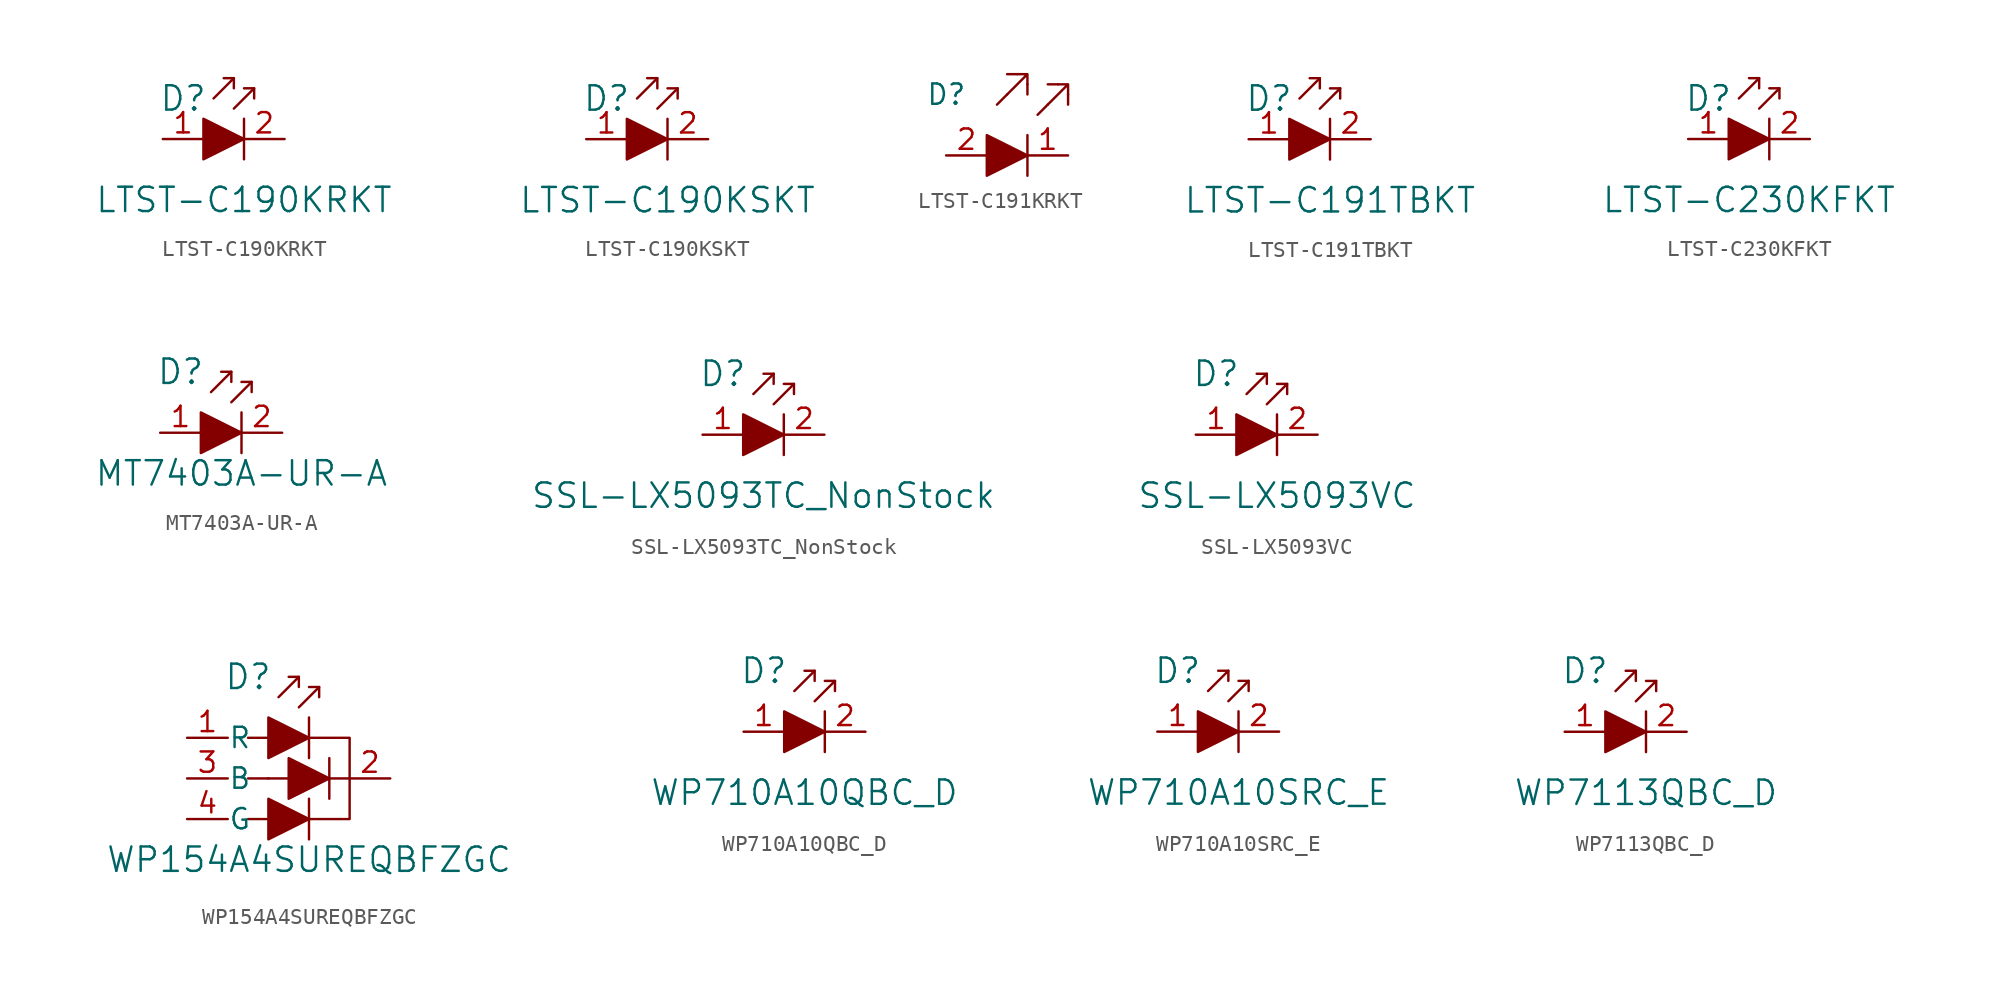
<source format=kicad_sym>
(kicad_symbol_lib
  (version 20231120)
  (generator "kicad_symbol_editor")
  (generator_version "8.0")
  (symbol "LTST-C190KRKT"
    (pin_names
      (offset 0))
    (property "Reference" "D"
      (at -3.81 2.54 0)
      (effects (font (size 1.524 1.524))))
    (property "Value" "LTST-C190KRKT"
      (at 0 -3.81 0)
      (effects (font (size 1.524 1.524))))
    (symbol "LTST-C190KRKT_0_1"
      (polyline (pts (xy -0.635 3.81) (xy -1.905 2.54)) (stroke (width 0) (type default)) (fill (type none)))
      (polyline (pts (xy 0 1.27) (xy 0 -1.27)) (stroke (width 0) (type default)) (fill (type none)))
      (polyline (pts (xy 0.635 3.175) (xy -0.635 1.905)) (stroke (width 0) (type default)) (fill (type none)))
      (polyline (pts (xy -1.27 3.81) (xy -0.635 3.81) (xy -0.635 3.175)) (stroke (width 0) (type default)) (fill (type none)))
      (polyline (pts (xy 0 3.175) (xy 0.635 3.175) (xy 0.635 2.54)) (stroke (width 0) (type default)) (fill (type none)))
      (polyline (pts (xy -2.54 1.27) (xy -2.54 -1.27) (xy 0 0) (xy -2.54 1.27)) (stroke (width 0) (type default)) (fill (type outline))))
    (symbol "LTST-C190KRKT_1_1"
      (pin passive line (at -5.08 0 0) (length 2.54) (name "~" (effects (font (size 1.27 1.27)))) (number "1" (effects (font (size 1.27 1.27)))))
      (pin passive line (at 2.54 0 180) (length 2.54) (name "~" (effects (font (size 1.27 1.27)))) (number "2" (effects (font (size 1.27 1.27)))))))
  (symbol "LTST-C190KSKT"
    (pin_names
      (offset 0))
    (property "Reference" "D"
      (at -3.81 2.54 0)
      (effects (font (size 1.524 1.524))))
    (property "Value" "LTST-C190KSKT"
      (at 0 -3.81 0)
      (effects (font (size 1.524 1.524))))
    (symbol "LTST-C190KSKT_0_1"
      (polyline (pts (xy -0.635 3.81) (xy -1.905 2.54)) (stroke (width 0) (type default)) (fill (type none)))
      (polyline (pts (xy 0 1.27) (xy 0 -1.27)) (stroke (width 0) (type default)) (fill (type none)))
      (polyline (pts (xy 0.635 3.175) (xy -0.635 1.905)) (stroke (width 0) (type default)) (fill (type none)))
      (polyline (pts (xy -1.27 3.81) (xy -0.635 3.81) (xy -0.635 3.175)) (stroke (width 0) (type default)) (fill (type none)))
      (polyline (pts (xy 0 3.175) (xy 0.635 3.175) (xy 0.635 2.54)) (stroke (width 0) (type default)) (fill (type none)))
      (polyline (pts (xy -2.54 1.27) (xy -2.54 -1.27) (xy 0 0) (xy -2.54 1.27)) (stroke (width 0) (type default)) (fill (type outline))))
    (symbol "LTST-C190KSKT_1_1"
      (pin passive line (at -5.08 0 0) (length 2.54) (name "~" (effects (font (size 1.27 1.27)))) (number "1" (effects (font (size 1.27 1.27)))))
      (pin passive line (at 2.54 0 180) (length 2.54) (name "~" (effects (font (size 1.27 1.27)))) (number "2" (effects (font (size 1.27 1.27)))))))
  (symbol "LTST-C191KRKT"
    (pin_names
      (offset 0))
    (property "Reference" "D"
      (at -6.35 3.81 0)
      (effects (font (size 1.27 1.27)) (justify left)))
    (symbol "LTST-C191KRKT_0_1"
      (polyline (pts (xy 0 1.27) (xy 0 -1.27)) (stroke (width 0) (type default)) (fill (type none)))
      (polyline (pts (xy -2.54 1.27) (xy -2.54 -1.27) (xy 0 0) (xy -2.54 1.27)) (stroke (width 0) (type default)) (fill (type outline))))
    (symbol "LTST-C191KRKT_1_1"
      (polyline (pts (xy -1.27 3.81) (xy -1.905 3.175)) (stroke (width 0) (type default)) (fill (type none)))
      (polyline (pts (xy -0.635 5.08) (xy -1.27 5.08)) (stroke (width 0) (type default)) (fill (type none)))
      (polyline (pts (xy 0 4.445) (xy 0 3.81)) (stroke (width 0) (type default)) (fill (type none)))
      (polyline (pts (xy 1.27 3.175) (xy 0.635 2.54)) (stroke (width 0) (type default)) (fill (type none)))
      (polyline (pts (xy 1.905 4.445) (xy 1.27 4.445)) (stroke (width 0) (type default)) (fill (type none)))
      (polyline (pts (xy 2.54 3.81) (xy 2.54 3.175)) (stroke (width 0) (type default)) (fill (type none)))
      (polyline (pts (xy 1.27 3.175) (xy 2.54 4.445) (xy 1.905 4.445) (xy 2.54 4.445) (xy 2.54 3.81)) (stroke (width 0) (type default)) (fill (type none)))
      (polyline (pts (xy 0 5.08) (xy 0 4.445) (xy 0 5.08) (xy -0.635 5.08) (xy 0 5.08) (xy -1.27 3.81)) (stroke (width 0) (type default)) (fill (type none)))
      (pin output line (at 2.54 0 180) (length 2.54) (name "~" (effects (font (size 1.27 1.27)))) (number "1" (effects (font (size 1.27 1.27)))))
      (pin input line (at -5.08 0 0) (length 2.54) (name "~" (effects (font (size 1.27 1.27)))) (number "2" (effects (font (size 1.27 1.27)))))))
  (symbol "LTST-C191TBKT"
    (pin_names
      (offset 0))
    (property "Reference" "D"
      (at -3.81 2.54 0)
      (effects (font (size 1.524 1.524))))
    (property "Value" "LTST-C191TBKT"
      (at 0 -3.81 0)
      (effects (font (size 1.524 1.524))))
    (symbol "LTST-C191TBKT_0_1"
      (polyline (pts (xy -0.635 3.81) (xy -1.905 2.54)) (stroke (width 0) (type default)) (fill (type none)))
      (polyline (pts (xy 0 1.27) (xy 0 -1.27)) (stroke (width 0) (type default)) (fill (type none)))
      (polyline (pts (xy 0.635 3.175) (xy -0.635 1.905)) (stroke (width 0) (type default)) (fill (type none)))
      (polyline (pts (xy -1.27 3.81) (xy -0.635 3.81) (xy -0.635 3.175)) (stroke (width 0) (type default)) (fill (type none)))
      (polyline (pts (xy 0 3.175) (xy 0.635 3.175) (xy 0.635 2.54)) (stroke (width 0) (type default)) (fill (type none)))
      (polyline (pts (xy -2.54 1.27) (xy -2.54 -1.27) (xy 0 0) (xy -2.54 1.27)) (stroke (width 0) (type default)) (fill (type outline))))
    (symbol "LTST-C191TBKT_1_1"
      (pin passive line (at -5.08 0 0) (length 2.54) (name "~" (effects (font (size 1.27 1.27)))) (number "1" (effects (font (size 1.27 1.27)))))
      (pin passive line (at 2.54 0 180) (length 2.54) (name "~" (effects (font (size 1.27 1.27)))) (number "2" (effects (font (size 1.27 1.27)))))))
  (symbol "LTST-C230KFKT"
    (pin_names
      (offset 0))
    (property "Reference" "D"
      (at -3.81 2.54 0)
      (effects (font (size 1.524 1.524))))
    (property "Value" "LTST-C230KFKT"
      (at -1.27 -3.81 0)
      (effects (font (size 1.524 1.524))))
    (symbol "LTST-C230KFKT_0_1"
      (polyline (pts (xy -0.635 3.81) (xy -1.905 2.54)) (stroke (width 0) (type default)) (fill (type none)))
      (polyline (pts (xy 0 1.27) (xy 0 -1.27)) (stroke (width 0) (type default)) (fill (type none)))
      (polyline (pts (xy 0.635 3.175) (xy -0.635 1.905)) (stroke (width 0) (type default)) (fill (type none)))
      (polyline (pts (xy -1.27 3.81) (xy -0.635 3.81) (xy -0.635 3.175)) (stroke (width 0) (type default)) (fill (type none)))
      (polyline (pts (xy 0 3.175) (xy 0.635 3.175) (xy 0.635 2.54)) (stroke (width 0) (type default)) (fill (type none)))
      (polyline (pts (xy -2.54 1.27) (xy -2.54 -1.27) (xy 0 0) (xy -2.54 1.27)) (stroke (width 0) (type default)) (fill (type outline))))
    (symbol "LTST-C230KFKT_1_1"
      (pin passive line (at -5.08 0 0) (length 2.54) (name "~" (effects (font (size 1.27 1.27)))) (number "1" (effects (font (size 1.27 1.27)))))
      (pin passive line (at 2.54 0 180) (length 2.54) (name "~" (effects (font (size 1.27 1.27)))) (number "2" (effects (font (size 1.27 1.27)))))))
  (symbol "MT7403A-UR-A"
    (pin_names
      (offset 1.016))
    (property "Reference" "D"
      (at -3.81 3.81 0)
      (effects (font (size 1.524 1.524))))
    (property "Value" "MT7403A-UR-A"
      (at 0 -2.54 0)
      (effects (font (size 1.524 1.524))))
    (symbol "MT7403A-UR-A_0_1"
      (polyline (pts (xy -0.635 3.81) (xy -1.905 2.54)) (stroke (width 0) (type default)) (fill (type none)))
      (polyline (pts (xy 0 1.27) (xy 0 -1.27)) (stroke (width 0) (type default)) (fill (type none)))
      (polyline (pts (xy 0.635 3.175) (xy -0.635 1.905)) (stroke (width 0) (type default)) (fill (type none)))
      (polyline (pts (xy -1.27 3.81) (xy -0.635 3.81) (xy -0.635 3.175)) (stroke (width 0) (type default)) (fill (type none)))
      (polyline (pts (xy 0 3.175) (xy 0.635 3.175) (xy 0.635 2.54)) (stroke (width 0) (type default)) (fill (type none))))
    (symbol "MT7403A-UR-A_1_1"
      (polyline (pts (xy -2.54 1.27) (xy -2.54 -1.27) (xy 0 0) (xy -2.54 1.27)) (stroke (width 0) (type default)) (fill (type outline)))
      (pin passive line (at -5.08 0 0) (length 2.54) (name "~" (effects (font (size 1.27 1.27)))) (number "1" (effects (font (size 1.27 1.27)))))
      (pin passive line (at 2.54 0 180) (length 2.54) (name "~" (effects (font (size 1.27 1.27)))) (number "2" (effects (font (size 1.27 1.27)))))))
  (symbol "SSL-LX5093TC_NonStock"
    (pin_names
      (offset 0))
    (property "Reference" "D"
      (at -3.81 3.81 0)
      (effects (font (size 1.524 1.524))))
    (property "Value" "SSL-LX5093TC_NonStock"
      (at -1.27 -3.81 0)
      (effects (font (size 1.524 1.524))))
    (symbol "SSL-LX5093TC_NonStock_0_1"
      (polyline (pts (xy -0.635 3.81) (xy -1.905 2.54)) (stroke (width 0) (type default)) (fill (type none)))
      (polyline (pts (xy 0 1.27) (xy 0 -1.27)) (stroke (width 0) (type default)) (fill (type none)))
      (polyline (pts (xy 0.635 3.175) (xy -0.635 1.905)) (stroke (width 0) (type default)) (fill (type none)))
      (polyline (pts (xy -1.27 3.81) (xy -0.635 3.81) (xy -0.635 3.175)) (stroke (width 0) (type default)) (fill (type none)))
      (polyline (pts (xy 0 3.175) (xy 0.635 3.175) (xy 0.635 2.54)) (stroke (width 0) (type default)) (fill (type none)))
      (polyline (pts (xy -2.54 1.27) (xy -2.54 -1.27) (xy 0 0) (xy -2.54 1.27)) (stroke (width 0) (type default)) (fill (type outline))))
    (symbol "SSL-LX5093TC_NonStock_1_1"
      (pin passive line (at -5.08 0 0) (length 2.54) (name "~" (effects (font (size 1.27 1.27)))) (number "1" (effects (font (size 1.27 1.27)))))
      (pin passive line (at 2.54 0 180) (length 2.54) (name "~" (effects (font (size 1.27 1.27)))) (number "2" (effects (font (size 1.27 1.27)))))))
  (symbol "SSL-LX5093VC"
    (pin_names
      (offset 0))
    (property "Reference" "D"
      (at -3.81 3.81 0)
      (effects (font (size 1.524 1.524))))
    (property "Value" "SSL-LX5093VC"
      (at 0 -3.81 0)
      (effects (font (size 1.524 1.524))))
    (symbol "SSL-LX5093VC_0_1"
      (polyline (pts (xy -0.635 3.81) (xy -1.905 2.54)) (stroke (width 0) (type default)) (fill (type none)))
      (polyline (pts (xy 0 1.27) (xy 0 -1.27)) (stroke (width 0) (type default)) (fill (type none)))
      (polyline (pts (xy 0.635 3.175) (xy -0.635 1.905)) (stroke (width 0) (type default)) (fill (type none)))
      (polyline (pts (xy -1.27 3.81) (xy -0.635 3.81) (xy -0.635 3.175)) (stroke (width 0) (type default)) (fill (type none)))
      (polyline (pts (xy 0 3.175) (xy 0.635 3.175) (xy 0.635 2.54)) (stroke (width 0) (type default)) (fill (type none)))
      (polyline (pts (xy -2.54 1.27) (xy -2.54 -1.27) (xy 0 0) (xy -2.54 1.27)) (stroke (width 0) (type default)) (fill (type outline))))
    (symbol "SSL-LX5093VC_1_1"
      (pin passive line (at -5.08 0 0) (length 2.54) (name "~" (effects (font (size 1.27 1.27)))) (number "1" (effects (font (size 1.27 1.27)))))
      (pin passive line (at 2.54 0 180) (length 2.54) (name "~" (effects (font (size 1.27 1.27)))) (number "2" (effects (font (size 1.27 1.27)))))))
  (symbol "WP154A4SUREQBFZGC"
    (pin_names
      (offset 0.025))
    (property "Reference" "D"
      (at -3.81 6.35 0)
      (effects (font (size 1.524 1.524))))
    (property "Value" "WP154A4SUREQBFZGC"
      (at 0 -5.08 0)
      (effects (font (size 1.524 1.524))))
    (symbol "WP154A4SUREQBFZGC_0_1"
      (polyline (pts (xy -3.81 -2.54) (xy -2.54 -2.54)) (stroke (width 0) (type default)) (fill (type none)))
      (polyline (pts (xy -2.54 0) (xy -3.81 0)) (stroke (width 0) (type default)) (fill (type none)))
      (polyline (pts (xy -2.54 2.54) (xy -3.81 2.54)) (stroke (width 0) (type default)) (fill (type none)))
      (polyline (pts (xy -1.27 0) (xy -2.54 0)) (stroke (width 0) (type default)) (fill (type none)))
      (polyline (pts (xy -0.635 6.35) (xy -1.905 5.08)) (stroke (width 0) (type default)) (fill (type none)))
      (polyline (pts (xy 0 -1.27) (xy 0 -3.81)) (stroke (width 0) (type default)) (fill (type none)))
      (polyline (pts (xy 0 1.27) (xy 0 3.81)) (stroke (width 0) (type default)) (fill (type none)))
      (polyline (pts (xy 0.635 5.715) (xy -0.635 4.445)) (stroke (width 0) (type default)) (fill (type none)))
      (polyline (pts (xy 1.27 1.27) (xy 1.27 -1.27)) (stroke (width 0) (type default)) (fill (type none)))
      (polyline (pts (xy -1.27 6.35) (xy -0.635 6.35) (xy -0.635 5.715)) (stroke (width 0) (type default)) (fill (type none)))
      (polyline (pts (xy 0 5.715) (xy 0.635 5.715) (xy 0.635 5.08)) (stroke (width 0) (type default)) (fill (type none)))
      (polyline (pts (xy 2.54 0) (xy 2.54 -2.54) (xy 0 -2.54)) (stroke (width 0) (type default)) (fill (type none)))
      (polyline (pts (xy -2.54 -3.81) (xy -2.54 -1.27) (xy 0 -2.54) (xy -2.54 -3.81)) (stroke (width 0) (type default)) (fill (type outline)))
      (polyline (pts (xy -2.54 3.81) (xy -2.54 1.27) (xy 0 2.54) (xy -2.54 3.81)) (stroke (width 0) (type default)) (fill (type outline)))
      (polyline (pts (xy -1.27 1.27) (xy -1.27 -1.27) (xy 1.27 0) (xy -1.27 1.27)) (stroke (width 0) (type default)) (fill (type outline)))
      (polyline (pts (xy 0 2.54) (xy 2.54 2.54) (xy 2.54 0) (xy 1.27 0)) (stroke (width 0) (type default)) (fill (type none))))
    (symbol "WP154A4SUREQBFZGC_1_1"
      (pin passive line (at -7.62 2.54 0) (length 2.54) (name "R" (effects (font (size 1.27 1.27)))) (number "1" (effects (font (size 1.27 1.27)))))
      (pin passive line (at 5.08 0 180) (length 2.54) (name "~" (effects (font (size 1.27 1.27)))) (number "2" (effects (font (size 1.27 1.27)))))
      (pin passive line (at -7.62 0 0) (length 2.54) (name "B" (effects (font (size 1.27 1.27)))) (number "3" (effects (font (size 1.27 1.27)))))
      (pin passive line (at -7.62 -2.54 0) (length 2.54) (name "G" (effects (font (size 1.27 1.27)))) (number "4" (effects (font (size 1.27 1.27)))))))
  (symbol "WP710A10QBC_D"
    (pin_names
      (offset 0))
    (property "Reference" "D"
      (at -3.81 3.81 0)
      (effects (font (size 1.524 1.524))))
    (property "Value" "WP710A10QBC_D"
      (at -1.27 -3.81 0)
      (effects (font (size 1.524 1.524))))
    (symbol "WP710A10QBC_D_0_1"
      (polyline (pts (xy -0.635 3.81) (xy -1.905 2.54)) (stroke (width 0) (type default)) (fill (type none)))
      (polyline (pts (xy 0 1.27) (xy 0 -1.27)) (stroke (width 0) (type default)) (fill (type none)))
      (polyline (pts (xy 0.635 3.175) (xy -0.635 1.905)) (stroke (width 0) (type default)) (fill (type none)))
      (polyline (pts (xy -1.27 3.81) (xy -0.635 3.81) (xy -0.635 3.175)) (stroke (width 0) (type default)) (fill (type none)))
      (polyline (pts (xy 0 3.175) (xy 0.635 3.175) (xy 0.635 2.54)) (stroke (width 0) (type default)) (fill (type none)))
      (polyline (pts (xy -2.54 1.27) (xy -2.54 -1.27) (xy 0 0) (xy -2.54 1.27)) (stroke (width 0) (type default)) (fill (type outline))))
    (symbol "WP710A10QBC_D_1_1"
      (pin passive line (at -5.08 0 0) (length 2.54) (name "~" (effects (font (size 1.27 1.27)))) (number "1" (effects (font (size 1.27 1.27)))))
      (pin passive line (at 2.54 0 180) (length 2.54) (name "~" (effects (font (size 1.27 1.27)))) (number "2" (effects (font (size 1.27 1.27)))))))
  (symbol "WP710A10SRC_E"
    (pin_names
      (offset 0))
    (property "Reference" "D"
      (at -3.81 3.81 0)
      (effects (font (size 1.524 1.524))))
    (property "Value" "WP710A10SRC_E"
      (at 0 -3.81 0)
      (effects (font (size 1.524 1.524))))
    (symbol "WP710A10SRC_E_0_1"
      (polyline (pts (xy -0.635 3.81) (xy -1.905 2.54)) (stroke (width 0) (type default)) (fill (type none)))
      (polyline (pts (xy 0 1.27) (xy 0 -1.27)) (stroke (width 0) (type default)) (fill (type none)))
      (polyline (pts (xy 0.635 3.175) (xy -0.635 1.905)) (stroke (width 0) (type default)) (fill (type none)))
      (polyline (pts (xy -1.27 3.81) (xy -0.635 3.81) (xy -0.635 3.175)) (stroke (width 0) (type default)) (fill (type none)))
      (polyline (pts (xy 0 3.175) (xy 0.635 3.175) (xy 0.635 2.54)) (stroke (width 0) (type default)) (fill (type none)))
      (polyline (pts (xy -2.54 1.27) (xy -2.54 -1.27) (xy 0 0) (xy -2.54 1.27)) (stroke (width 0) (type default)) (fill (type outline))))
    (symbol "WP710A10SRC_E_1_1"
      (pin passive line (at -5.08 0 0) (length 2.54) (name "~" (effects (font (size 1.27 1.27)))) (number "1" (effects (font (size 1.27 1.27)))))
      (pin passive line (at 2.54 0 180) (length 2.54) (name "~" (effects (font (size 1.27 1.27)))) (number "2" (effects (font (size 1.27 1.27)))))))
  (symbol "WP7113QBC_D"
    (pin_names
      (offset 0))
    (property "Reference" "D"
      (at -3.81 3.81 0)
      (effects (font (size 1.524 1.524))))
    (property "Value" "WP7113QBC_D"
      (at 0 -3.81 0)
      (effects (font (size 1.524 1.524))))
    (symbol "WP7113QBC_D_0_1"
      (polyline (pts (xy -0.635 3.81) (xy -1.905 2.54)) (stroke (width 0) (type default)) (fill (type none)))
      (polyline (pts (xy 0 1.27) (xy 0 -1.27)) (stroke (width 0) (type default)) (fill (type none)))
      (polyline (pts (xy 0.635 3.175) (xy -0.635 1.905)) (stroke (width 0) (type default)) (fill (type none)))
      (polyline (pts (xy -1.27 3.81) (xy -0.635 3.81) (xy -0.635 3.175)) (stroke (width 0) (type default)) (fill (type none)))
      (polyline (pts (xy 0 3.175) (xy 0.635 3.175) (xy 0.635 2.54)) (stroke (width 0) (type default)) (fill (type none)))
      (polyline (pts (xy -2.54 1.27) (xy -2.54 -1.27) (xy 0 0) (xy -2.54 1.27)) (stroke (width 0) (type default)) (fill (type outline))))
    (symbol "WP7113QBC_D_1_1"
      (pin passive line (at -5.08 0 0) (length 2.54) (name "~" (effects (font (size 1.27 1.27)))) (number "1" (effects (font (size 1.27 1.27)))))
      (pin passive line (at 2.54 0 180) (length 2.54) (name "~" (effects (font (size 1.27 1.27)))) (number "2" (effects (font (size 1.27 1.27))))))))
</source>
